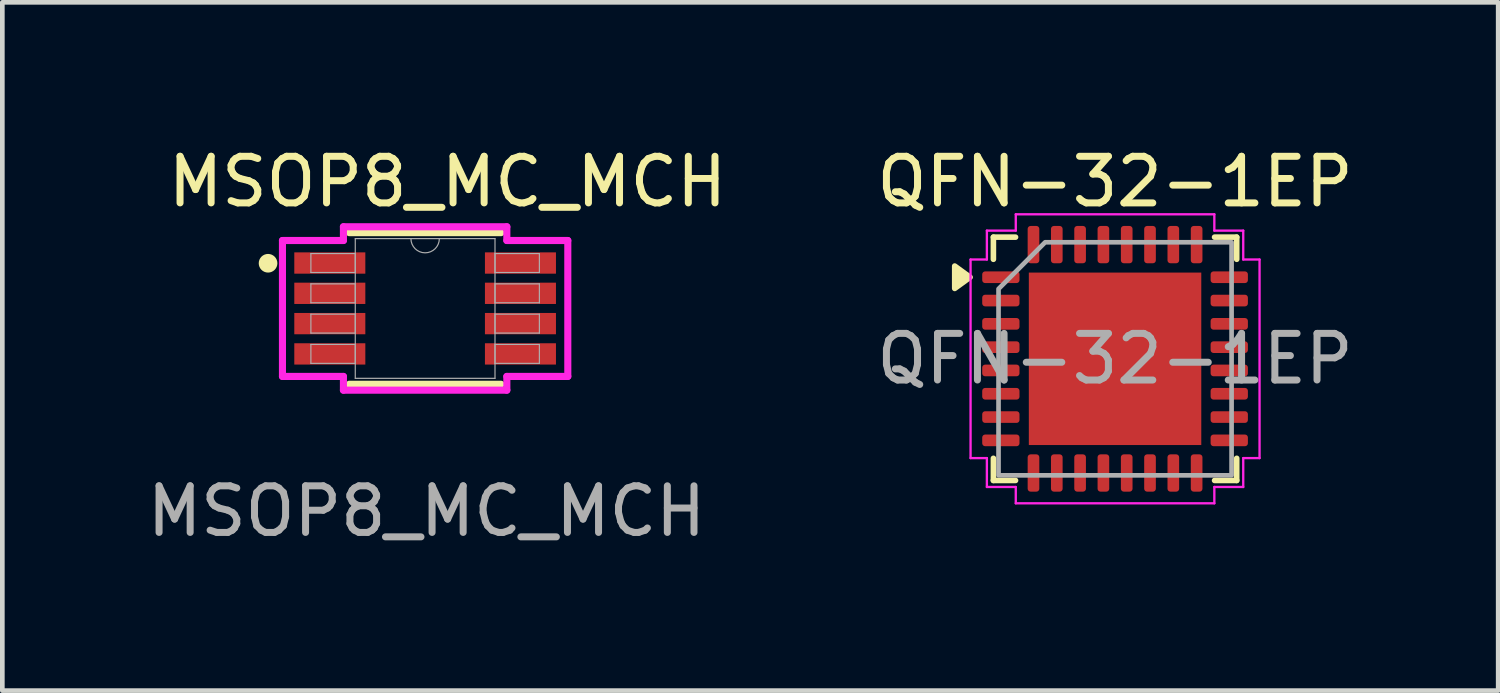
<source format=kicad_pcb>
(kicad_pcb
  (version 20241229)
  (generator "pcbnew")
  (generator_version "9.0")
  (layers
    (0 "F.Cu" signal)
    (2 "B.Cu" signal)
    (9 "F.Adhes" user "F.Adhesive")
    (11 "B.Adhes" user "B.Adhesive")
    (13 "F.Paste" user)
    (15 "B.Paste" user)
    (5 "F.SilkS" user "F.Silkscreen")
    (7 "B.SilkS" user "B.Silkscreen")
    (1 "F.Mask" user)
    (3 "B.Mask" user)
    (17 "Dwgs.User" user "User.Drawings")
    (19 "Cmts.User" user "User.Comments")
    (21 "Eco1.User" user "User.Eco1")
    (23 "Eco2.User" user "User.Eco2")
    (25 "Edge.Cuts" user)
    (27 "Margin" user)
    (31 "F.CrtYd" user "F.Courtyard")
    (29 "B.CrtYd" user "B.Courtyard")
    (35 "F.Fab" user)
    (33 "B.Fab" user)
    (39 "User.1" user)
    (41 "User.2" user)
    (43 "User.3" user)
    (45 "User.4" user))
  (footprint "QFN-32-1EP"
    (layer "F.Cu")
    (at 20.873 4.648)
    (property "Reference" "QFN-32-1EP" (at 0 -3.8 0) (layer "F.SilkS") (effects (font (size 1 1) (thickness 0.15))))
    (attr smd)
    (fp_line (start -2.61 -2.61) (end -2.135 -2.61) (stroke (width 0.12) (type solid)) (layer "F.SilkS"))
    (fp_line (start -2.61 -2.135) (end -2.61 -2.61) (stroke (width 0.12) (type solid)) (layer "F.SilkS"))
    (fp_line (start -2.61 2.61) (end -2.61 2.135) (stroke (width 0.12) (type solid)) (layer "F.SilkS"))
    (fp_line (start -2.135 2.61) (end -2.61 2.61) (stroke (width 0.12) (type solid)) (layer "F.SilkS"))
    (fp_line (start 2.135 -2.61) (end 2.61 -2.61) (stroke (width 0.12) (type solid)) (layer "F.SilkS"))
    (fp_line (start 2.61 -2.61) (end 2.61 -2.135) (stroke (width 0.12) (type solid)) (layer "F.SilkS"))
    (fp_line (start 2.61 2.135) (end 2.61 2.61) (stroke (width 0.12) (type solid)) (layer "F.SilkS"))
    (fp_line (start 2.61 2.61) (end 2.135 2.61) (stroke (width 0.12) (type solid)) (layer "F.SilkS"))
    (fp_poly (pts (xy -3.11 -1.75) (xy -3.44 -1.51) (xy -3.44 -1.99)) (stroke (width 0.12) (type solid)) (fill yes) (layer "F.SilkS"))
    (fp_line (start -3.1 -2.13) (end -2.75 -2.13) (stroke (width 0.05) (type solid)) (layer "F.CrtYd"))
    (fp_line (start -3.1 2.13) (end -3.1 -2.13) (stroke (width 0.05) (type solid)) (layer "F.CrtYd"))
    (fp_line (start -2.75 -2.75) (end -2.13 -2.75) (stroke (width 0.05) (type solid)) (layer "F.CrtYd"))
    (fp_line (start -2.75 -2.13) (end -2.75 -2.75) (stroke (width 0.05) (type solid)) (layer "F.CrtYd"))
    (fp_line (start -2.75 2.13) (end -3.1 2.13) (stroke (width 0.05) (type solid)) (layer "F.CrtYd"))
    (fp_line (start -2.75 2.75) (end -2.75 2.13) (stroke (width 0.05) (type solid)) (layer "F.CrtYd"))
    (fp_line (start -2.13 -3.1) (end 2.13 -3.1) (stroke (width 0.05) (type solid)) (layer "F.CrtYd"))
    (fp_line (start -2.13 -2.75) (end -2.13 -3.1) (stroke (width 0.05) (type solid)) (layer "F.CrtYd"))
    (fp_line (start -2.13 2.75) (end -2.75 2.75) (stroke (width 0.05) (type solid)) (layer "F.CrtYd"))
    (fp_line (start -2.13 3.1) (end -2.13 2.75) (stroke (width 0.05) (type solid)) (layer "F.CrtYd"))
    (fp_line (start 2.13 -3.1) (end 2.13 -2.75) (stroke (width 0.05) (type solid)) (layer "F.CrtYd"))
    (fp_line (start 2.13 -2.75) (end 2.75 -2.75) (stroke (width 0.05) (type solid)) (layer "F.CrtYd"))
    (fp_line (start 2.13 2.75) (end 2.13 3.1) (stroke (width 0.05) (type solid)) (layer "F.CrtYd"))
    (fp_line (start 2.13 3.1) (end -2.13 3.1) (stroke (width 0.05) (type solid)) (layer "F.CrtYd"))
    (fp_line (start 2.75 -2.75) (end 2.75 -2.13) (stroke (width 0.05) (type solid)) (layer "F.CrtYd"))
    (fp_line (start 2.75 -2.13) (end 3.1 -2.13) (stroke (width 0.05) (type solid)) (layer "F.CrtYd"))
    (fp_line (start 2.75 2.13) (end 2.75 2.75) (stroke (width 0.05) (type solid)) (layer "F.CrtYd"))
    (fp_line (start 2.75 2.75) (end 2.13 2.75) (stroke (width 0.05) (type solid)) (layer "F.CrtYd"))
    (fp_line (start 3.1 -2.13) (end 3.1 2.13) (stroke (width 0.05) (type solid)) (layer "F.CrtYd"))
    (fp_line (start 3.1 2.13) (end 2.75 2.13) (stroke (width 0.05) (type solid)) (layer "F.CrtYd"))
    (fp_poly (pts (xy -2.5 -1.5) (xy -2.5 2.5) (xy 2.5 2.5) (xy 2.5 -2.5) (xy -1.5 -2.5)) (stroke (width 0.1) (type solid)) (fill no) (layer "F.Fab"))
    (fp_text user "${REFERENCE}" (at 0 0 0) (layer "F.Fab") (effects (font (size 1 1) (thickness 0.15))))
    (pad "" smd roundrect (at -0.925 -0.925) (size 1.49 1.49) (layers "F.Paste") (roundrect_rratio 0.168))
    (pad "" smd roundrect (at -0.925 0.925) (size 1.49 1.49) (layers "F.Paste") (roundrect_rratio 0.168))
    (pad "" smd roundrect (at 0.925 -0.925) (size 1.49 1.49) (layers "F.Paste") (roundrect_rratio 0.168))
    (pad "" smd roundrect (at 0.925 0.925) (size 1.49 1.49) (layers "F.Paste") (roundrect_rratio 0.168))
    (pad "1" smd roundrect (at -2.45 -1.75) (size 0.8 0.25) (layers "F.Cu" "F.Mask" "F.Paste") (roundrect_rratio 0.25))
    (pad "2" smd roundrect (at -2.45 -1.25) (size 0.8 0.25) (layers "F.Cu" "F.Mask" "F.Paste") (roundrect_rratio 0.25))
    (pad "3" smd roundrect (at -2.45 -0.75) (size 0.8 0.25) (layers "F.Cu" "F.Mask" "F.Paste") (roundrect_rratio 0.25))
    (pad "4" smd roundrect (at -2.45 -0.25) (size 0.8 0.25) (layers "F.Cu" "F.Mask" "F.Paste") (roundrect_rratio 0.25))
    (pad "5" smd roundrect (at -2.45 0.25) (size 0.8 0.25) (layers "F.Cu" "F.Mask" "F.Paste") (roundrect_rratio 0.25))
    (pad "6" smd roundrect (at -2.45 0.75) (size 0.8 0.25) (layers "F.Cu" "F.Mask" "F.Paste") (roundrect_rratio 0.25))
    (pad "7" smd roundrect (at -2.45 1.25) (size 0.8 0.25) (layers "F.Cu" "F.Mask" "F.Paste") (roundrect_rratio 0.25))
    (pad "8" smd roundrect (at -2.45 1.75) (size 0.8 0.25) (layers "F.Cu" "F.Mask" "F.Paste") (roundrect_rratio 0.25))
    (pad "9" smd roundrect (at -1.75 2.45) (size 0.25 0.8) (layers "F.Cu" "F.Mask" "F.Paste") (roundrect_rratio 0.25))
    (pad "10" smd roundrect (at -1.25 2.45) (size 0.25 0.8) (layers "F.Cu" "F.Mask" "F.Paste") (roundrect_rratio 0.25))
    (pad "11" smd roundrect (at -0.75 2.45) (size 0.25 0.8) (layers "F.Cu" "F.Mask" "F.Paste") (roundrect_rratio 0.25))
    (pad "12" smd roundrect (at -0.25 2.45) (size 0.25 0.8) (layers "F.Cu" "F.Mask" "F.Paste") (roundrect_rratio 0.25))
    (pad "13" smd roundrect (at 0.25 2.45) (size 0.25 0.8) (layers "F.Cu" "F.Mask" "F.Paste") (roundrect_rratio 0.25))
    (pad "14" smd roundrect (at 0.75 2.45) (size 0.25 0.8) (layers "F.Cu" "F.Mask" "F.Paste") (roundrect_rratio 0.25))
    (pad "15" smd roundrect (at 1.25 2.45) (size 0.25 0.8) (layers "F.Cu" "F.Mask" "F.Paste") (roundrect_rratio 0.25))
    (pad "16" smd roundrect (at 1.75 2.45) (size 0.25 0.8) (layers "F.Cu" "F.Mask" "F.Paste") (roundrect_rratio 0.25))
    (pad "17" smd roundrect (at 2.45 1.75) (size 0.8 0.25) (layers "F.Cu" "F.Mask" "F.Paste") (roundrect_rratio 0.25))
    (pad "18" smd roundrect (at 2.45 1.25) (size 0.8 0.25) (layers "F.Cu" "F.Mask" "F.Paste") (roundrect_rratio 0.25))
    (pad "19" smd roundrect (at 2.45 0.75) (size 0.8 0.25) (layers "F.Cu" "F.Mask" "F.Paste") (roundrect_rratio 0.25))
    (pad "20" smd roundrect (at 2.45 0.25) (size 0.8 0.25) (layers "F.Cu" "F.Mask" "F.Paste") (roundrect_rratio 0.25))
    (pad "21" smd roundrect (at 2.45 -0.25) (size 0.8 0.25) (layers "F.Cu" "F.Mask" "F.Paste") (roundrect_rratio 0.25))
    (pad "22" smd roundrect (at 2.45 -0.75) (size 0.8 0.25) (layers "F.Cu" "F.Mask" "F.Paste") (roundrect_rratio 0.25))
    (pad "23" smd roundrect (at 2.45 -1.25) (size 0.8 0.25) (layers "F.Cu" "F.Mask" "F.Paste") (roundrect_rratio 0.25))
    (pad "24" smd roundrect (at 2.45 -1.75) (size 0.8 0.25) (layers "F.Cu" "F.Mask" "F.Paste") (roundrect_rratio 0.25))
    (pad "25" smd roundrect (at 1.75 -2.45) (size 0.25 0.8) (layers "F.Cu" "F.Mask" "F.Paste") (roundrect_rratio 0.25))
    (pad "26" smd roundrect (at 1.25 -2.45) (size 0.25 0.8) (layers "F.Cu" "F.Mask" "F.Paste") (roundrect_rratio 0.25))
    (pad "27" smd roundrect (at 0.75 -2.45) (size 0.25 0.8) (layers "F.Cu" "F.Mask" "F.Paste") (roundrect_rratio 0.25))
    (pad "28" smd roundrect (at 0.25 -2.45) (size 0.25 0.8) (layers "F.Cu" "F.Mask" "F.Paste") (roundrect_rratio 0.25))
    (pad "29" smd roundrect (at -0.25 -2.45) (size 0.25 0.8) (layers "F.Cu" "F.Mask" "F.Paste") (roundrect_rratio 0.25))
    (pad "30" smd roundrect (at -0.75 -2.45) (size 0.25 0.8) (layers "F.Cu" "F.Mask" "F.Paste") (roundrect_rratio 0.25))
    (pad "31" smd roundrect (at -1.25 -2.45) (size 0.25 0.8) (layers "F.Cu" "F.Mask" "F.Paste") (roundrect_rratio 0.25))
    (pad "32" smd roundrect (at -1.75 -2.45) (size 0.25 0.8) (layers "F.Cu" "F.Mask" "F.Paste") (roundrect_rratio 0.25))
    (pad "33" smd rect (at 0 0) (size 3.7 3.7) (property pad_prop_heatsink) (layers "F.Cu" "F.Mask")))
  (footprint "MSOP8_MC_MCH"
    (layer "F.Cu")
    (at 6.071 3.568)
    (property "Reference" "MSOP8_MC_MCH" (at 0.48 -2.72 0) (unlocked yes) (layer "F.SilkS") (effects (font (size 1 1) (thickness 0.15))))
    (attr smd)
    (fp_line (start -1.626 1.626) (end 1.626 1.626) (stroke (width 0.152) (type solid)) (layer "F.SilkS"))
    (fp_line (start 1.626 -1.626) (end -1.626 -1.626) (stroke (width 0.152) (type solid)) (layer "F.SilkS"))
    (fp_circle (center -3.37 -0.97) (end -3.27 -0.97) (stroke (width 0.2) (type solid)) (fill no) (layer "F.SilkS"))
    (fp_line (start -3.061 -1.458) (end -1.753 -1.458) (stroke (width 0.152) (type solid)) (layer "F.CrtYd"))
    (fp_line (start -3.061 1.458) (end -3.061 -1.458) (stroke (width 0.152) (type solid)) (layer "F.CrtYd"))
    (fp_line (start -3.061 1.458) (end -1.753 1.458) (stroke (width 0.152) (type solid)) (layer "F.CrtYd"))
    (fp_line (start -1.753 -1.753) (end 1.753 -1.753) (stroke (width 0.152) (type solid)) (layer "F.CrtYd"))
    (fp_line (start -1.753 -1.458) (end -1.753 -1.753) (stroke (width 0.152) (type solid)) (layer "F.CrtYd"))
    (fp_line (start -1.753 1.753) (end -1.753 1.458) (stroke (width 0.152) (type solid)) (layer "F.CrtYd"))
    (fp_line (start 1.753 -1.753) (end 1.753 -1.458) (stroke (width 0.152) (type solid)) (layer "F.CrtYd"))
    (fp_line (start 1.753 1.458) (end 1.753 1.753) (stroke (width 0.152) (type solid)) (layer "F.CrtYd"))
    (fp_line (start 1.753 1.753) (end -1.753 1.753) (stroke (width 0.152) (type solid)) (layer "F.CrtYd"))
    (fp_line (start 3.061 -1.458) (end 1.753 -1.458) (stroke (width 0.152) (type solid)) (layer "F.CrtYd"))
    (fp_line (start 3.061 -1.458) (end 3.061 1.458) (stroke (width 0.152) (type solid)) (layer "F.CrtYd"))
    (fp_line (start 3.061 1.458) (end 1.753 1.458) (stroke (width 0.152) (type solid)) (layer "F.CrtYd"))
    (fp_line (start -2.451 -1.178) (end -2.451 -0.772) (stroke (width 0.025) (type solid)) (layer "F.Fab"))
    (fp_line (start -2.451 -0.772) (end -1.499 -0.772) (stroke (width 0.025) (type solid)) (layer "F.Fab"))
    (fp_line (start -2.451 -0.528) (end -2.451 -0.122) (stroke (width 0.025) (type solid)) (layer "F.Fab"))
    (fp_line (start -2.451 -0.122) (end -1.499 -0.122) (stroke (width 0.025) (type solid)) (layer "F.Fab"))
    (fp_line (start -2.451 0.122) (end -2.451 0.528) (stroke (width 0.025) (type solid)) (layer "F.Fab"))
    (fp_line (start -2.451 0.528) (end -1.499 0.528) (stroke (width 0.025) (type solid)) (layer "F.Fab"))
    (fp_line (start -2.451 0.772) (end -2.451 1.178) (stroke (width 0.025) (type solid)) (layer "F.Fab"))
    (fp_line (start -2.451 1.178) (end -1.499 1.178) (stroke (width 0.025) (type solid)) (layer "F.Fab"))
    (fp_line (start -1.499 -1.499) (end -1.499 1.499) (stroke (width 0.025) (type solid)) (layer "F.Fab"))
    (fp_line (start -1.499 -1.178) (end -2.451 -1.178) (stroke (width 0.025) (type solid)) (layer "F.Fab"))
    (fp_line (start -1.499 -0.772) (end -1.499 -1.178) (stroke (width 0.025) (type solid)) (layer "F.Fab"))
    (fp_line (start -1.499 -0.528) (end -2.451 -0.528) (stroke (width 0.025) (type solid)) (layer "F.Fab"))
    (fp_line (start -1.499 -0.122) (end -1.499 -0.528) (stroke (width 0.025) (type solid)) (layer "F.Fab"))
    (fp_line (start -1.499 0.122) (end -2.451 0.122) (stroke (width 0.025) (type solid)) (layer "F.Fab"))
    (fp_line (start -1.499 0.528) (end -1.499 0.122) (stroke (width 0.025) (type solid)) (layer "F.Fab"))
    (fp_line (start -1.499 0.772) (end -2.451 0.772) (stroke (width 0.025) (type solid)) (layer "F.Fab"))
    (fp_line (start -1.499 1.178) (end -1.499 0.772) (stroke (width 0.025) (type solid)) (layer "F.Fab"))
    (fp_line (start -1.499 1.499) (end 1.499 1.499) (stroke (width 0.025) (type solid)) (layer "F.Fab"))
    (fp_line (start 1.499 -1.499) (end -1.499 -1.499) (stroke (width 0.025) (type solid)) (layer "F.Fab"))
    (fp_line (start 1.499 -1.178) (end 1.499 -0.772) (stroke (width 0.025) (type solid)) (layer "F.Fab"))
    (fp_line (start 1.499 -0.772) (end 2.451 -0.772) (stroke (width 0.025) (type solid)) (layer "F.Fab"))
    (fp_line (start 1.499 -0.528) (end 1.499 -0.122) (stroke (width 0.025) (type solid)) (layer "F.Fab"))
    (fp_line (start 1.499 -0.122) (end 2.451 -0.122) (stroke (width 0.025) (type solid)) (layer "F.Fab"))
    (fp_line (start 1.499 0.122) (end 1.499 0.528) (stroke (width 0.025) (type solid)) (layer "F.Fab"))
    (fp_line (start 1.499 0.528) (end 2.451 0.528) (stroke (width 0.025) (type solid)) (layer "F.Fab"))
    (fp_line (start 1.499 0.772) (end 1.499 1.178) (stroke (width 0.025) (type solid)) (layer "F.Fab"))
    (fp_line (start 1.499 1.178) (end 2.451 1.178) (stroke (width 0.025) (type solid)) (layer "F.Fab"))
    (fp_line (start 1.499 1.499) (end 1.499 -1.499) (stroke (width 0.025) (type solid)) (layer "F.Fab"))
    (fp_line (start 2.451 -1.178) (end 1.499 -1.178) (stroke (width 0.025) (type solid)) (layer "F.Fab"))
    (fp_line (start 2.451 -0.772) (end 2.451 -1.178) (stroke (width 0.025) (type solid)) (layer "F.Fab"))
    (fp_line (start 2.451 -0.528) (end 1.499 -0.528) (stroke (width 0.025) (type solid)) (layer "F.Fab"))
    (fp_line (start 2.451 -0.122) (end 2.451 -0.528) (stroke (width 0.025) (type solid)) (layer "F.Fab"))
    (fp_line (start 2.451 0.122) (end 1.499 0.122) (stroke (width 0.025) (type solid)) (layer "F.Fab"))
    (fp_line (start 2.451 0.528) (end 2.451 0.122) (stroke (width 0.025) (type solid)) (layer "F.Fab"))
    (fp_line (start 2.451 0.772) (end 1.499 0.772) (stroke (width 0.025) (type solid)) (layer "F.Fab"))
    (fp_line (start 2.451 1.178) (end 2.451 0.772) (stroke (width 0.025) (type solid)) (layer "F.Fab"))
    (fp_arc (start 0.3048 -1.4986) (mid 0 -1.1938) (end -0.3048 -1.4986) (stroke (width 0.0254) (type solid)) (layer "F.Fab"))
    (fp_text user "${REFERENCE}" (at 0.03 4.35 0) (unlocked yes) (layer "F.Fab") (effects (font (size 1 1) (thickness 0.15))))
    (pad "1" smd rect (at -2.045 -0.975) (size 1.524 0.457) (layers "F.Cu" "F.Mask" "F.Paste"))
    (pad "2" smd rect (at -2.045 -0.325) (size 1.524 0.457) (layers "F.Cu" "F.Mask" "F.Paste"))
    (pad "3" smd rect (at -2.045 0.325) (size 1.524 0.457) (layers "F.Cu" "F.Mask" "F.Paste"))
    (pad "4" smd rect (at -2.045 0.975) (size 1.524 0.457) (layers "F.Cu" "F.Mask" "F.Paste"))
    (pad "5" smd rect (at 2.045 0.975) (size 1.524 0.457) (layers "F.Cu" "F.Mask" "F.Paste"))
    (pad "6" smd rect (at 2.045 0.325) (size 1.524 0.457) (layers "F.Cu" "F.Mask" "F.Paste"))
    (pad "7" smd rect (at 2.045 -0.325) (size 1.524 0.457) (layers "F.Cu" "F.Mask" "F.Paste"))
    (pad "8" smd rect (at 2.045 -0.975) (size 1.524 0.457) (layers "F.Cu" "F.Mask" "F.Paste")))
  (gr_rect
    (start -3 -3)
    (end 29.093 11.767)
    (stroke (width 0.1) (type default))
    (fill no)
    (layer "Edge.Cuts")))
</source>
